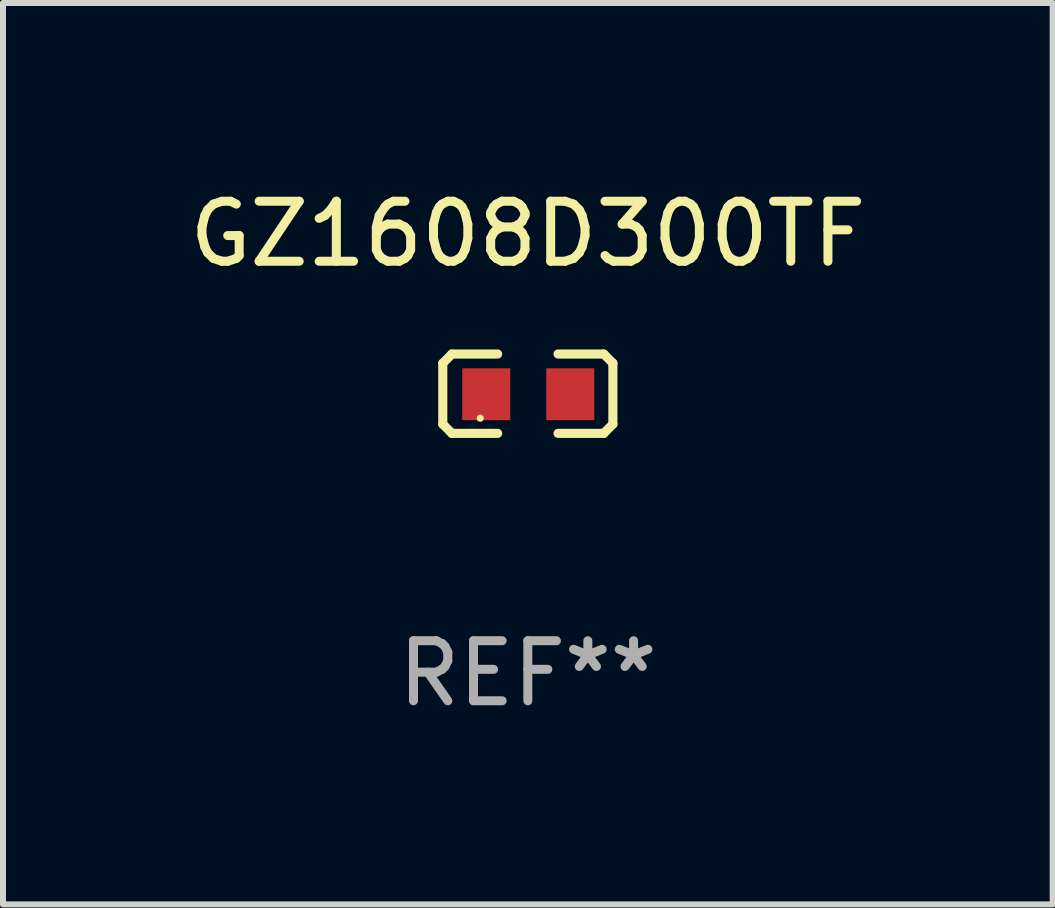
<source format=kicad_pcb>
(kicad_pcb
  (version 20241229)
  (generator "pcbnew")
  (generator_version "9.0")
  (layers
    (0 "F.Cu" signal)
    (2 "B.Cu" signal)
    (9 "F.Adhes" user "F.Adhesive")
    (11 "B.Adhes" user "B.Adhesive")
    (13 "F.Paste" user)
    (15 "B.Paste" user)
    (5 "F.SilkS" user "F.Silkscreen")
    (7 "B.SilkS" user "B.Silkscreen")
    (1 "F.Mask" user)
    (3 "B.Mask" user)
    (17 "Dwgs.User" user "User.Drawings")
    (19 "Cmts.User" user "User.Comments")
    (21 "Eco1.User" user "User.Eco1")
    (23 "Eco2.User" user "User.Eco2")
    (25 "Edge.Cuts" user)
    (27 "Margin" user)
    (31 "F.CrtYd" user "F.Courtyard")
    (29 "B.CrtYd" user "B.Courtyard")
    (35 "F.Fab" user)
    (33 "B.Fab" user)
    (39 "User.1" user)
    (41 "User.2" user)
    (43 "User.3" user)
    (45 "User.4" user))
  (footprint "GZ1608D300TF"
    (layer "F.Cu")
    (at 5.744 3.509)
    (property "Reference" "GZ1608D300TF" (at 0 -2.661 0) (layer "F.SilkS") (effects (font (size 1 1) (thickness 0.15))))
    (attr through_hole)
    (fp_line (start -1.417 -0.508) (end -1.265 -0.661) (stroke (width 0.152) (type solid)) (layer "F.SilkS"))
    (fp_line (start -1.417 0.508) (end -1.417 -0.508) (stroke (width 0.152) (type solid)) (layer "F.SilkS"))
    (fp_line (start -1.265 -0.661) (end -0.503 -0.661) (stroke (width 0.152) (type solid)) (layer "F.SilkS"))
    (fp_line (start -1.265 0.661) (end -1.417 0.508) (stroke (width 0.152) (type solid)) (layer "F.SilkS"))
    (fp_line (start -1.265 0.661) (end -0.503 0.661) (stroke (width 0.152) (type solid)) (layer "F.SilkS"))
    (fp_line (start 1.265 -0.661) (end 0.503 -0.661) (stroke (width 0.152) (type solid)) (layer "F.SilkS"))
    (fp_line (start 1.265 -0.661) (end 1.417 -0.508) (stroke (width 0.152) (type solid)) (layer "F.SilkS"))
    (fp_line (start 1.265 0.661) (end 0.503 0.661) (stroke (width 0.152) (type solid)) (layer "F.SilkS"))
    (fp_line (start 1.417 -0.508) (end 1.417 0.508) (stroke (width 0.152) (type solid)) (layer "F.SilkS"))
    (fp_line (start 1.417 0.508) (end 1.265 0.661) (stroke (width 0.152) (type solid)) (layer "F.SilkS"))
    (fp_circle (center -0.793 0.409) (end -0.763 0.409) (stroke (width 0.06) (type solid)) (fill no) (layer "F.SilkS"))
    (fp_text user "REF**" (at 0 4.661 0) (layer "F.Fab") (effects (font (size 1 1) (thickness 0.15))))
    (pad "1" smd rect (at -0.693 0.009 180) (size 0.8 0.864) (layers "F.Cu" "F.Mask" "F.Paste"))
    (pad "2" smd rect (at 0.707 0.009 180) (size 0.8 0.864) (layers "F.Cu" "F.Mask" "F.Paste")))
  (gr_rect
    (start -3 -3)
    (end 14.488 12.018)
    (stroke (width 0.1) (type default))
    (fill no)
    (layer "Edge.Cuts")))
</source>
